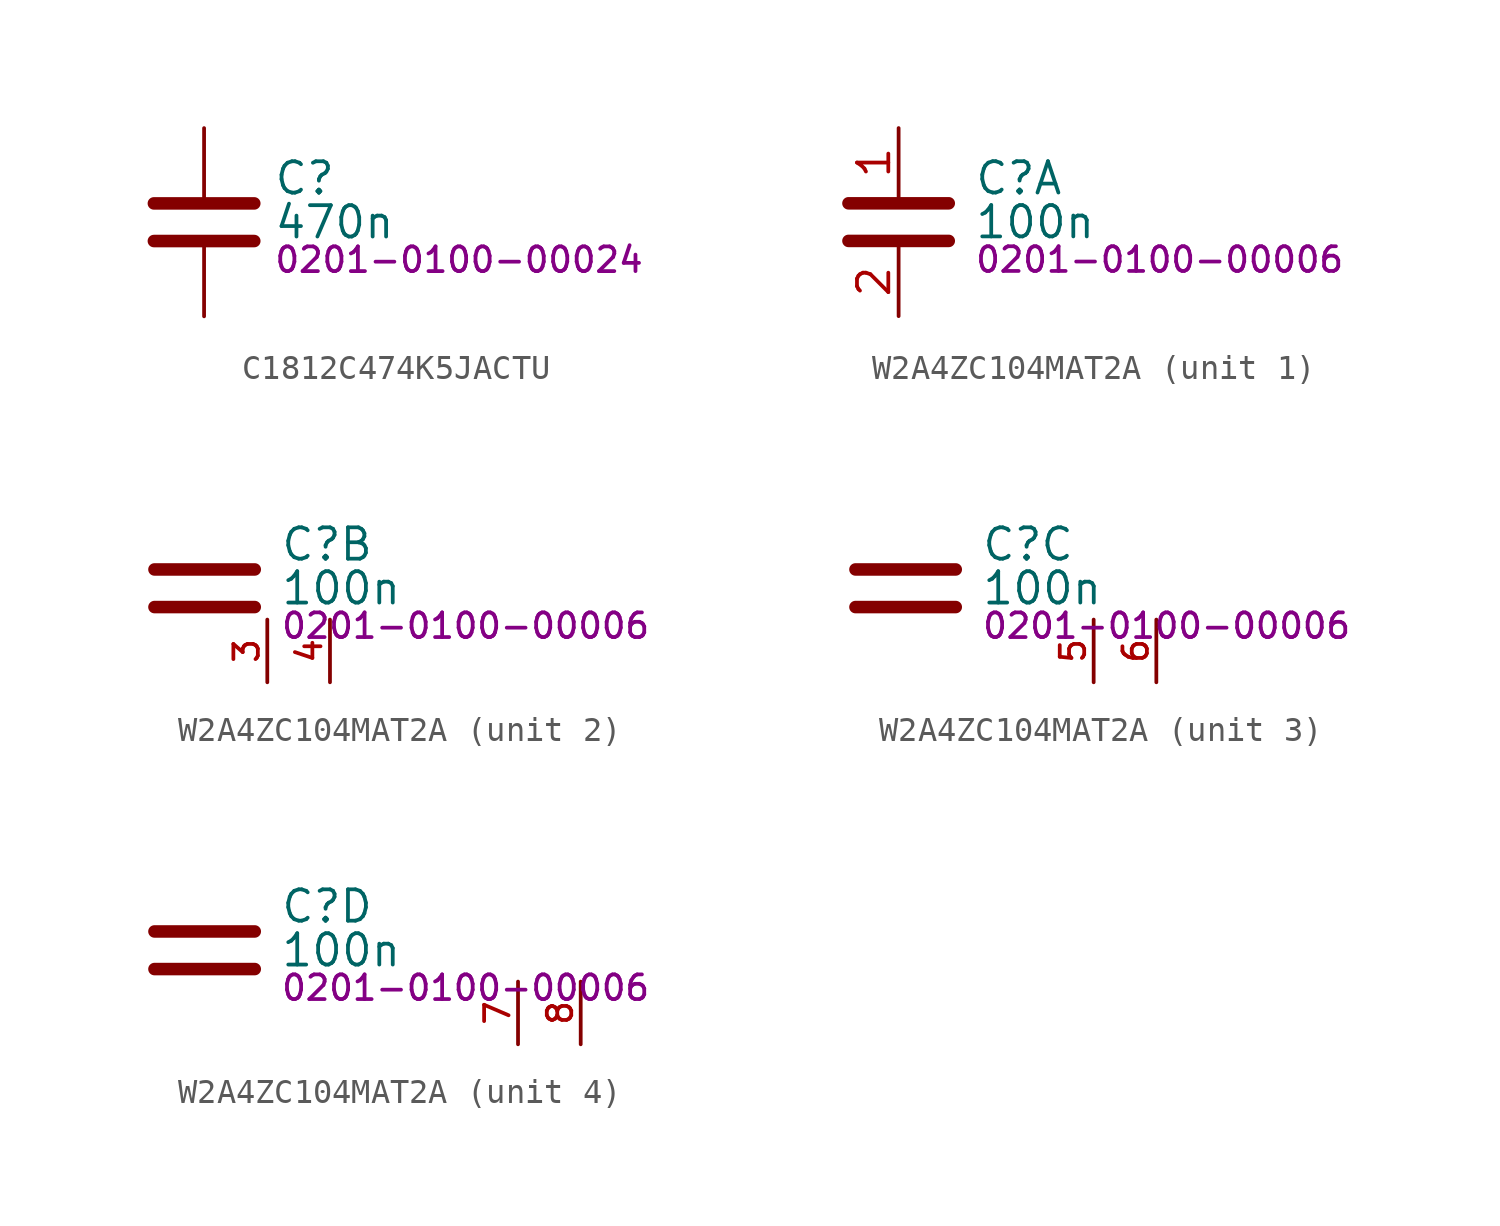
<source format=kicad_sym>
(kicad_symbol_lib
  (version 20231120)
  (generator "kicad_symbol_editor")
  (generator_version "8.0")
  (symbol "C1812C474K5JACTU"
    (property "Reference" "C"
      (at 2.794 1.778 0)
      (effects (font (size 1.27 1.27)) (justify left)))
    (property "Value" "470n"
      (at 2.794 0 0)
      (effects (font (size 1.27 1.27)) (justify left)))
    (property "PartNumber" "0201-0100-00024"
      (at 2.794 -1.524 0)
      (effects (font (size 1 1)) (justify left)))
    (symbol "C1812C474K5JACTU_0_1"
      (polyline (pts (xy -2.032 -0.762) (xy 2.032 -0.762)) (stroke (width 0.508) (type default)) (fill (type none)))
      (polyline (pts (xy -2.032 0.762) (xy 2.032 0.762)) (stroke (width 0.508) (type default)) (fill (type none))))
    (symbol "C1812C474K5JACTU_1_1"
      (pin passive line (at 0 3.81 270) (length 2.794) (name "~" (effects (font (size 0 0)))) (number "1" (effects (font (size 0 0)))))
      (pin passive line (at 0 -3.81 90) (length 2.794) (name "~" (effects (font (size 0 0)))) (number "2" (effects (font (size 0 0)))))))
  (symbol "W2A4ZC104MAT2A"
    (pin_names hide)
    (property "Reference" "C"
      (at 3.048 1.778 0)
      (effects (font (size 1.27 1.27)) (justify left)))
    (property "Value" "100n"
      (at 3.048 0 0)
      (effects (font (size 1.27 1.27)) (justify left)))
    (property "PartNumber" "0201-0100-00006"
      (at 3.048 -1.524 0)
      (effects (font (size 1 1)) (justify left)))
    (symbol "W2A4ZC104MAT2A_0_1"
      (polyline (pts (xy -2.032 -0.762) (xy 2.032 -0.762)) (stroke (width 0.508) (type default)) (fill (type none)))
      (polyline (pts (xy -2.032 0.762) (xy 2.032 0.762)) (stroke (width 0.508) (type default)) (fill (type none))))
    (symbol "W2A4ZC104MAT2A_1_1"
      (pin passive line (at 0 3.81 270) (length 2.794) (name "A1" (effects (font (size 1.27 1.27)))) (number "1" (effects (font (size 1.27 1.27)))))
      (pin passive line (at 0 -3.81 90) (length 2.794) (name "A2" (effects (font (size 1.27 1.27)))) (number "2" (effects (font (size 1.27 1.27))))))
    (symbol "W2A4ZC104MAT2A_2_0"
      (pin passive line (at 2.54 -3.81 90) (length 2.54) (name "B1" (effects (font (size 1.27 1.27)))) (number "3" (effects (font (size 0.991 0.991)))))
      (pin passive line (at 5.08 -3.81 90) (length 2.54) (name "B2" (effects (font (size 1.27 1.27)))) (number "4" (effects (font (size 0.991 0.991))))))
    (symbol "W2A4ZC104MAT2A_3_0"
      (pin passive line (at 7.62 -3.81 90) (length 2.54) (name "C1" (effects (font (size 1.27 1.27)))) (number "5" (effects (font (size 0.991 0.991)))))
      (pin passive line (at 10.16 -3.81 90) (length 2.54) (name "C2" (effects (font (size 1.27 1.27)))) (number "6" (effects (font (size 0.991 0.991))))))
    (symbol "W2A4ZC104MAT2A_4_0"
      (pin passive line (at 12.7 -3.81 90) (length 2.54) (name "D1" (effects (font (size 1.27 1.27)))) (number "7" (effects (font (size 0.991 0.991)))))
      (pin passive line (at 15.24 -3.81 90) (length 2.54) (name "D2" (effects (font (size 1.27 1.27)))) (number "8" (effects (font (size 0.991 0.991))))))))
</source>
